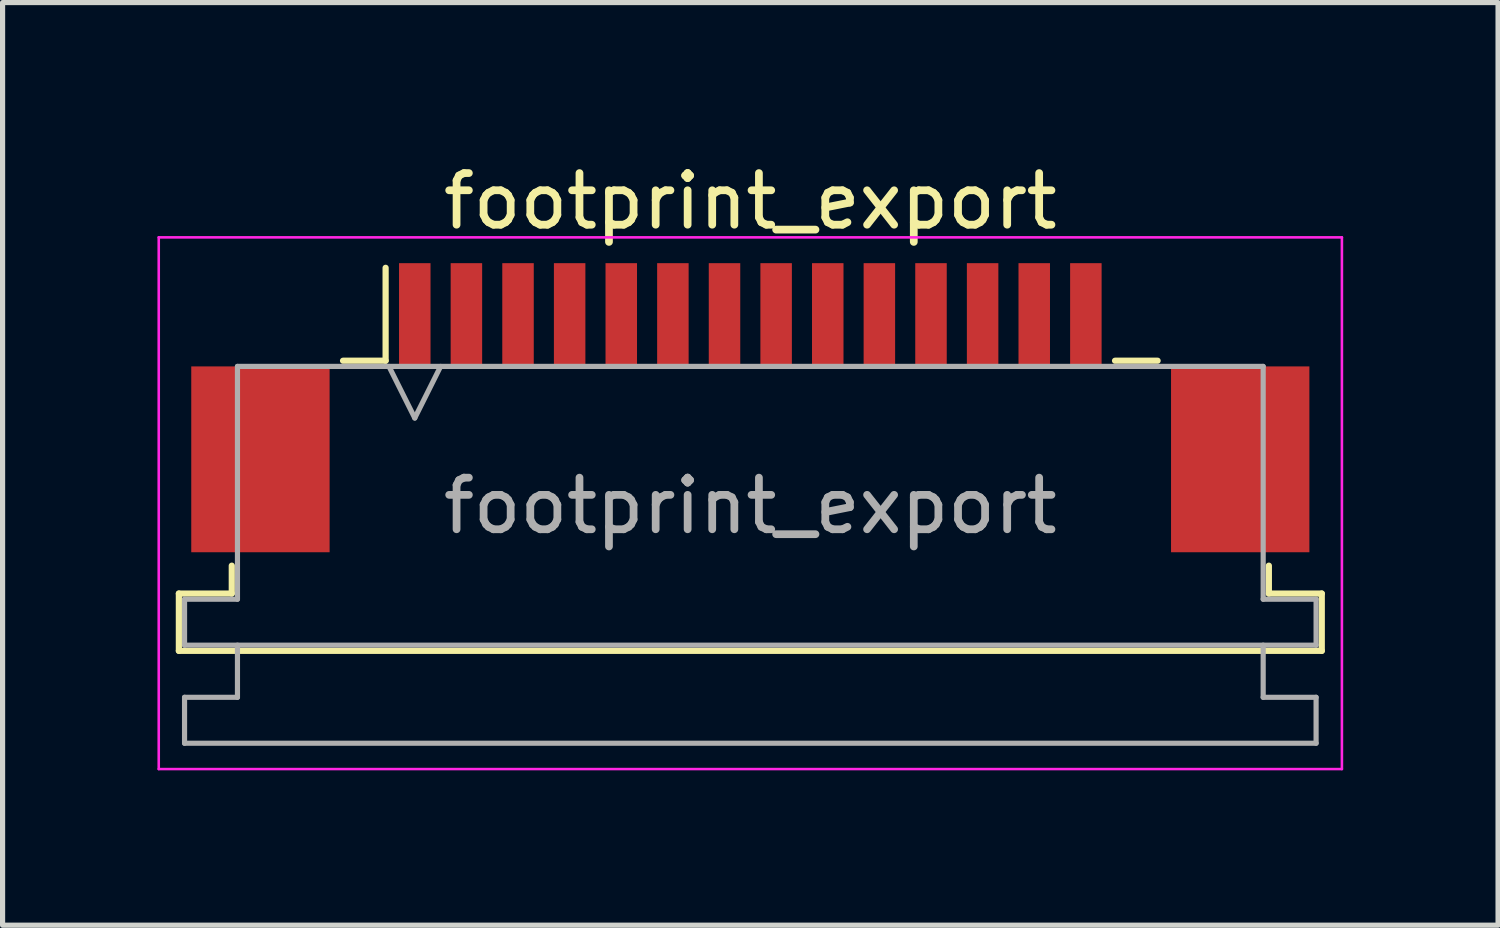
<source format=kicad_pcb>
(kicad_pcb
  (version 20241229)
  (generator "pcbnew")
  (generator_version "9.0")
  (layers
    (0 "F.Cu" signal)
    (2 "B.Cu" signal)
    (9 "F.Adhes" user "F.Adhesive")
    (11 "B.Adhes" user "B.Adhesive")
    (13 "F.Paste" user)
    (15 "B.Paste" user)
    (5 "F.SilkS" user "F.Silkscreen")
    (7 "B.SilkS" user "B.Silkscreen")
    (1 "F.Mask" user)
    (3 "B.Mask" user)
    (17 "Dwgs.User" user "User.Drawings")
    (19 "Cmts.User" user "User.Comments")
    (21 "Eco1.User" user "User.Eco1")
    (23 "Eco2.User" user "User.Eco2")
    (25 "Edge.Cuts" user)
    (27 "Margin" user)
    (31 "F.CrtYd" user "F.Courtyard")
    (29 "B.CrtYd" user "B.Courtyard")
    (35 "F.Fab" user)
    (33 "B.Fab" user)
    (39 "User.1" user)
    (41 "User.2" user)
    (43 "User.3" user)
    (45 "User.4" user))
  (footprint "footprint_export"
    (layer "F.Cu")
    (at 11.485 4.848)
    (property "Reference" "footprint_export" (at 0 -4 0) (layer "F.SilkS") (effects (font (size 1 1) (thickness 0.15))))
    (attr smd)
    (fp_line (start -11.07 3.6) (end -10.045 3.6) (stroke (width 0.12) (type solid)) (layer "F.SilkS"))
    (fp_line (start -11.07 4.71) (end -11.07 3.6) (stroke (width 0.12) (type solid)) (layer "F.SilkS"))
    (fp_line (start -10.045 3.6) (end -10.045 3.06) (stroke (width 0.12) (type solid)) (layer "F.SilkS"))
    (fp_line (start -7.89 -0.91) (end -7.065 -0.91) (stroke (width 0.12) (type solid)) (layer "F.SilkS"))
    (fp_line (start -7.065 -0.91) (end -7.065 -2.71) (stroke (width 0.12) (type solid)) (layer "F.SilkS"))
    (fp_line (start 7.065 -0.91) (end 7.89 -0.91) (stroke (width 0.12) (type solid)) (layer "F.SilkS"))
    (fp_line (start 10.045 3.06) (end 10.045 3.6) (stroke (width 0.12) (type solid)) (layer "F.SilkS"))
    (fp_line (start 10.045 3.6) (end 11.07 3.6) (stroke (width 0.12) (type solid)) (layer "F.SilkS"))
    (fp_line (start 11.07 3.6) (end 11.07 4.71) (stroke (width 0.12) (type solid)) (layer "F.SilkS"))
    (fp_line (start 11.07 4.71) (end -11.07 4.71) (stroke (width 0.12) (type solid)) (layer "F.SilkS"))
    (fp_line (start -11.46 -3.3) (end -11.46 7) (stroke (width 0.05) (type solid)) (layer "F.CrtYd"))
    (fp_line (start -11.46 7) (end 11.46 7) (stroke (width 0.05) (type solid)) (layer "F.CrtYd"))
    (fp_line (start 11.46 -3.3) (end -11.46 -3.3) (stroke (width 0.05) (type solid)) (layer "F.CrtYd"))
    (fp_line (start 11.46 7) (end 11.46 -3.3) (stroke (width 0.05) (type solid)) (layer "F.CrtYd"))
    (fp_line (start -10.96 3.71) (end -9.935 3.71) (stroke (width 0.1) (type solid)) (layer "F.Fab"))
    (fp_line (start -10.96 4.6) (end -10.96 3.71) (stroke (width 0.1) (type solid)) (layer "F.Fab"))
    (fp_line (start -10.96 5.61) (end -9.935 5.61) (stroke (width 0.1) (type solid)) (layer "F.Fab"))
    (fp_line (start -10.96 6.5) (end -10.96 5.61) (stroke (width 0.1) (type solid)) (layer "F.Fab"))
    (fp_line (start -9.935 -0.8) (end 9.935 -0.8) (stroke (width 0.1) (type solid)) (layer "F.Fab"))
    (fp_line (start -9.935 3.71) (end -9.935 -0.8) (stroke (width 0.1) (type solid)) (layer "F.Fab"))
    (fp_line (start -9.935 5.61) (end -9.935 4.6) (stroke (width 0.1) (type solid)) (layer "F.Fab"))
    (fp_line (start -7 -0.8) (end -6.5 0.2) (stroke (width 0.1) (type solid)) (layer "F.Fab"))
    (fp_line (start -6.5 0.2) (end -6 -0.8) (stroke (width 0.1) (type solid)) (layer "F.Fab"))
    (fp_line (start 9.935 -0.8) (end 9.935 3.71) (stroke (width 0.1) (type solid)) (layer "F.Fab"))
    (fp_line (start 9.935 3.71) (end 10.96 3.71) (stroke (width 0.1) (type solid)) (layer "F.Fab"))
    (fp_line (start 9.935 4.6) (end 9.935 5.61) (stroke (width 0.1) (type solid)) (layer "F.Fab"))
    (fp_line (start 9.935 5.61) (end 10.96 5.61) (stroke (width 0.1) (type solid)) (layer "F.Fab"))
    (fp_line (start 10.96 3.71) (end 10.96 4.6) (stroke (width 0.1) (type solid)) (layer "F.Fab"))
    (fp_line (start 10.96 4.6) (end -10.96 4.6) (stroke (width 0.1) (type solid)) (layer "F.Fab"))
    (fp_line (start 10.96 5.61) (end 10.96 6.5) (stroke (width 0.1) (type solid)) (layer "F.Fab"))
    (fp_line (start 10.96 6.5) (end -10.96 6.5) (stroke (width 0.1) (type solid)) (layer "F.Fab"))
    (fp_text user "${REFERENCE}" (at 0 1.9 0) (layer "F.Fab") (effects (font (size 1 1) (thickness 0.15))))
    (pad "1" smd rect (at -6.5 -1.8) (size 0.61 2) (layers "F.Cu" "F.Mask" "F.Paste"))
    (pad "2" smd rect (at -5.5 -1.8) (size 0.61 2) (layers "F.Cu" "F.Mask" "F.Paste"))
    (pad "3" smd rect (at -4.5 -1.8) (size 0.61 2) (layers "F.Cu" "F.Mask" "F.Paste"))
    (pad "4" smd rect (at -3.5 -1.8) (size 0.61 2) (layers "F.Cu" "F.Mask" "F.Paste"))
    (pad "5" smd rect (at -2.5 -1.8) (size 0.61 2) (layers "F.Cu" "F.Mask" "F.Paste"))
    (pad "6" smd rect (at -1.5 -1.8) (size 0.61 2) (layers "F.Cu" "F.Mask" "F.Paste"))
    (pad "7" smd rect (at -0.5 -1.8) (size 0.61 2) (layers "F.Cu" "F.Mask" "F.Paste"))
    (pad "8" smd rect (at 0.5 -1.8) (size 0.61 2) (layers "F.Cu" "F.Mask" "F.Paste"))
    (pad "9" smd rect (at 1.5 -1.8) (size 0.61 2) (layers "F.Cu" "F.Mask" "F.Paste"))
    (pad "10" smd rect (at 2.5 -1.8) (size 0.61 2) (layers "F.Cu" "F.Mask" "F.Paste"))
    (pad "11" smd rect (at 3.5 -1.8) (size 0.61 2) (layers "F.Cu" "F.Mask" "F.Paste"))
    (pad "12" smd rect (at 4.5 -1.8) (size 0.61 2) (layers "F.Cu" "F.Mask" "F.Paste"))
    (pad "13" smd rect (at 5.5 -1.8) (size 0.61 2) (layers "F.Cu" "F.Mask" "F.Paste"))
    (pad "14" smd rect (at 6.5 -1.8) (size 0.61 2) (layers "F.Cu" "F.Mask" "F.Paste"))
    (pad "MP" smd rect (at -9.49 1) (size 2.68 3.6) (layers "F.Cu" "F.Mask" "F.Paste"))
    (pad "MP" smd rect (at 9.49 1) (size 2.68 3.6) (layers "F.Cu" "F.Mask" "F.Paste")))
  (gr_rect
    (start -3 -3)
    (end 25.97 14.873)
    (stroke (width 0.1) (type default))
    (fill no)
    (layer "Edge.Cuts")))
</source>
